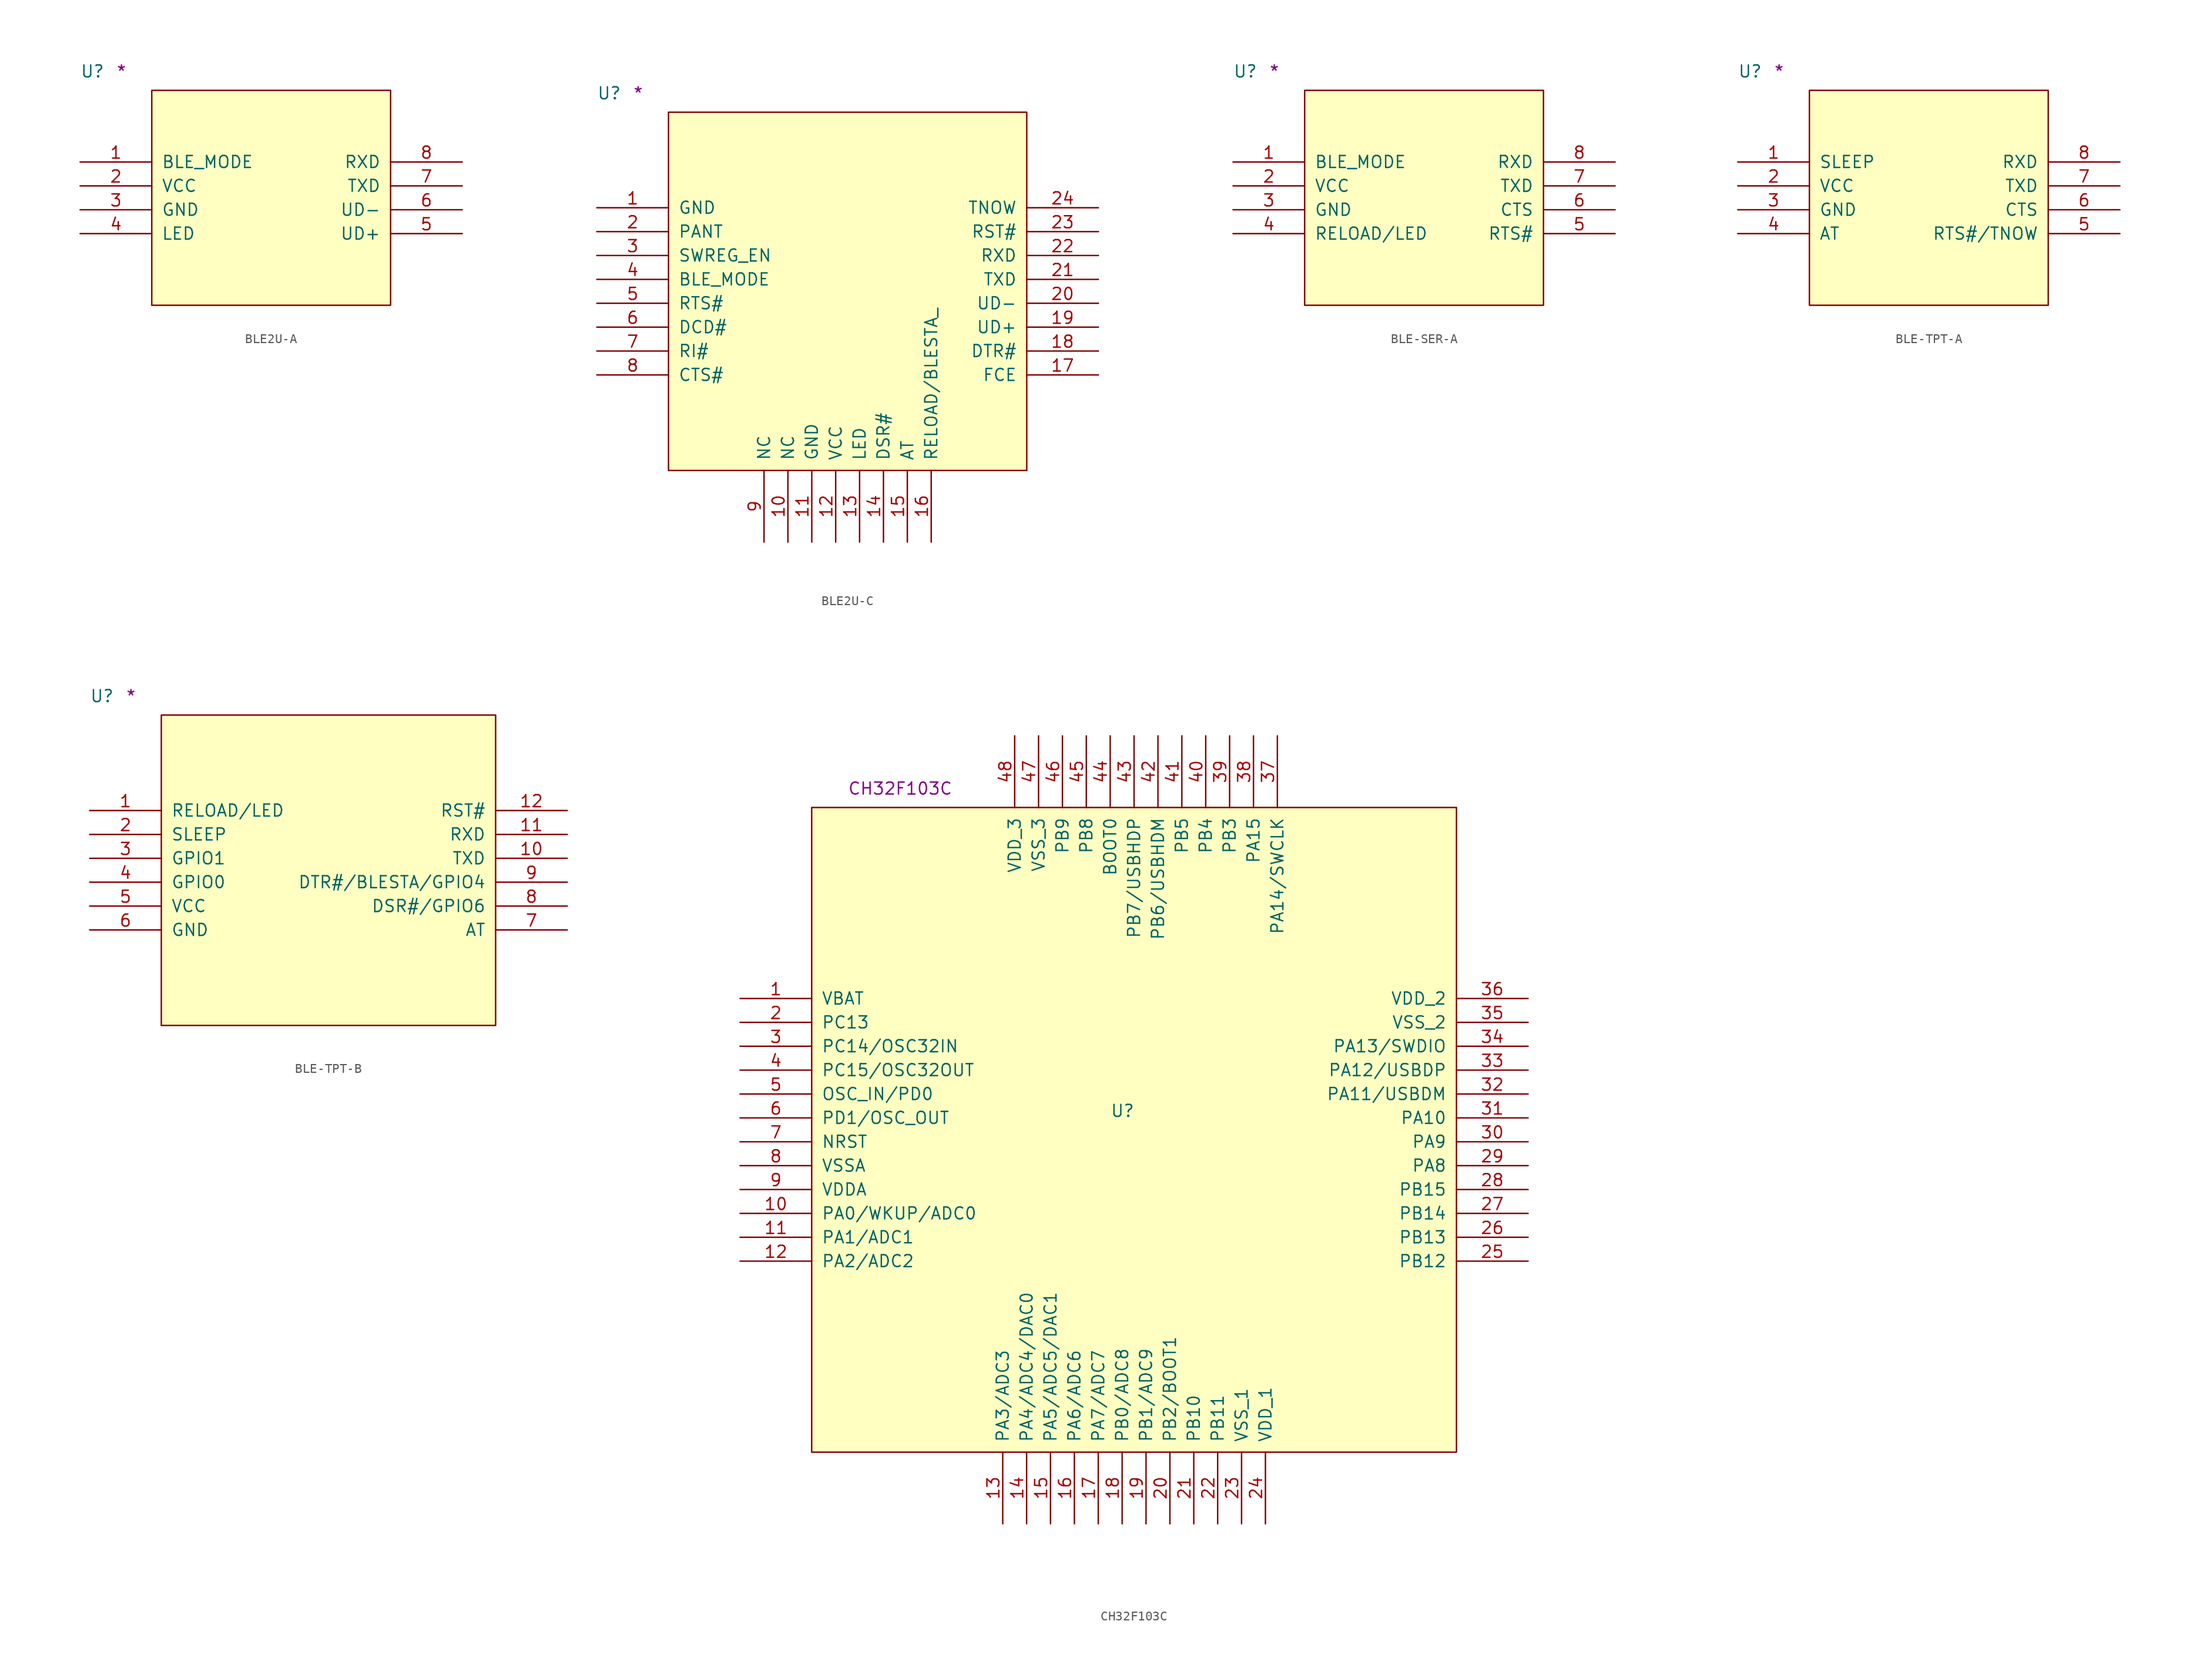
<source format=kicad_sym>
(kicad_symbol_lib
  (version 20211014)
  (generator kicad_symbol_editor)
  (symbol "BLE2U-A"
    (pin_names
      (offset 1.016))
    (property "Reference" "U"
      (at -7.62 1.27 0)
      (effects (font (size 1.27 1.27)) (justify left bottom)))
    (property "Comment" "*"
      (at -3.81 1.27 0)
      (effects (font (size 1.27 1.27)) (justify left bottom)))
    (symbol "BLE2U-A_1_1"
      (rectangle (start 0 -22.86) (end 25.4 0) (stroke (width 0) (type default) (color 0 0 0 0)) (fill (type background)))
      (pin input line (at -7.62 -7.62 0) (length 7.62) (name "BLE_MODE" (effects (font (size 1.27 1.27)))) (number "1" (effects (font (size 1.27 1.27)))))
      (pin power_in line (at -7.62 -10.16 0) (length 7.62) (name "VCC" (effects (font (size 1.27 1.27)))) (number "2" (effects (font (size 1.27 1.27)))))
      (pin power_in line (at -7.62 -12.7 0) (length 7.62) (name "GND" (effects (font (size 1.27 1.27)))) (number "3" (effects (font (size 1.27 1.27)))))
      (pin output line (at -7.62 -15.24 0) (length 7.62) (name "LED" (effects (font (size 1.27 1.27)))) (number "4" (effects (font (size 1.27 1.27)))))
      (pin bidirectional line (at 33.02 -15.24 180) (length 7.62) (name "UD+" (effects (font (size 1.27 1.27)))) (number "5" (effects (font (size 1.27 1.27)))))
      (pin bidirectional line (at 33.02 -12.7 180) (length 7.62) (name "UD-" (effects (font (size 1.27 1.27)))) (number "6" (effects (font (size 1.27 1.27)))))
      (pin output line (at 33.02 -10.16 180) (length 7.62) (name "TXD" (effects (font (size 1.27 1.27)))) (number "7" (effects (font (size 1.27 1.27)))))
      (pin input line (at 33.02 -7.62 180) (length 7.62) (name "RXD" (effects (font (size 1.27 1.27)))) (number "8" (effects (font (size 1.27 1.27)))))))
  (symbol "BLE2U-C"
    (pin_names
      (offset 1.016))
    (property "Reference" "U"
      (at -7.62 1.27 0)
      (effects (font (size 1.27 1.27)) (justify left bottom)))
    (property "Comment" "*"
      (at -3.81 1.27 0)
      (effects (font (size 1.27 1.27)) (justify left bottom)))
    (symbol "BLE2U-C_1_1"
      (rectangle (start 0 -38.1) (end 38.1 0) (stroke (width 0) (type default) (color 0 0 0 0)) (fill (type background)))
      (pin power_in line (at -7.62 -10.16 0) (length 7.62) (name "GND" (effects (font (size 1.27 1.27)))) (number "1" (effects (font (size 1.27 1.27)))))
      (pin passive line (at 12.7 -45.72 90) (length 7.62) (name "NC" (effects (font (size 1.27 1.27)))) (number "10" (effects (font (size 1.27 1.27)))))
      (pin power_in line (at 15.24 -45.72 90) (length 7.62) (name "GND" (effects (font (size 1.27 1.27)))) (number "11" (effects (font (size 1.27 1.27)))))
      (pin power_in line (at 17.78 -45.72 90) (length 7.62) (name "VCC" (effects (font (size 1.27 1.27)))) (number "12" (effects (font (size 1.27 1.27)))))
      (pin output line (at 20.32 -45.72 90) (length 7.62) (name "LED" (effects (font (size 1.27 1.27)))) (number "13" (effects (font (size 1.27 1.27)))))
      (pin input line (at 22.86 -45.72 90) (length 7.62) (name "DSR#" (effects (font (size 1.27 1.27)))) (number "14" (effects (font (size 1.27 1.27)))))
      (pin input line (at 25.4 -45.72 90) (length 7.62) (name "AT" (effects (font (size 1.27 1.27)))) (number "15" (effects (font (size 1.27 1.27)))))
      (pin bidirectional line (at 27.94 -45.72 90) (length 7.62) (name "RELOAD/BLESTA_" (effects (font (size 1.27 1.27)))) (number "16" (effects (font (size 1.27 1.27)))))
      (pin input line (at 45.72 -27.94 180) (length 7.62) (name "FCE" (effects (font (size 1.27 1.27)))) (number "17" (effects (font (size 1.27 1.27)))))
      (pin output line (at 45.72 -25.4 180) (length 7.62) (name "DTR#" (effects (font (size 1.27 1.27)))) (number "18" (effects (font (size 1.27 1.27)))))
      (pin bidirectional line (at 45.72 -22.86 180) (length 7.62) (name "UD+" (effects (font (size 1.27 1.27)))) (number "19" (effects (font (size 1.27 1.27)))))
      (pin passive line (at -7.62 -12.7 0) (length 7.62) (name "PANT" (effects (font (size 1.27 1.27)))) (number "2" (effects (font (size 1.27 1.27)))))
      (pin bidirectional line (at 45.72 -20.32 180) (length 7.62) (name "UD-" (effects (font (size 1.27 1.27)))) (number "20" (effects (font (size 1.27 1.27)))))
      (pin output line (at 45.72 -17.78 180) (length 7.62) (name "TXD" (effects (font (size 1.27 1.27)))) (number "21" (effects (font (size 1.27 1.27)))))
      (pin input line (at 45.72 -15.24 180) (length 7.62) (name "RXD" (effects (font (size 1.27 1.27)))) (number "22" (effects (font (size 1.27 1.27)))))
      (pin input line (at 45.72 -12.7 180) (length 7.62) (name "RST#" (effects (font (size 1.27 1.27)))) (number "23" (effects (font (size 1.27 1.27)))))
      (pin output line (at 45.72 -10.16 180) (length 7.62) (name "TNOW" (effects (font (size 1.27 1.27)))) (number "24" (effects (font (size 1.27 1.27)))))
      (pin input line (at -7.62 -15.24 0) (length 7.62) (name "SWREG_EN" (effects (font (size 1.27 1.27)))) (number "3" (effects (font (size 1.27 1.27)))))
      (pin input line (at -7.62 -17.78 0) (length 7.62) (name "BLE_MODE" (effects (font (size 1.27 1.27)))) (number "4" (effects (font (size 1.27 1.27)))))
      (pin output line (at -7.62 -20.32 0) (length 7.62) (name "RTS#" (effects (font (size 1.27 1.27)))) (number "5" (effects (font (size 1.27 1.27)))))
      (pin input line (at -7.62 -22.86 0) (length 7.62) (name "DCD#" (effects (font (size 1.27 1.27)))) (number "6" (effects (font (size 1.27 1.27)))))
      (pin input line (at -7.62 -25.4 0) (length 7.62) (name "RI#" (effects (font (size 1.27 1.27)))) (number "7" (effects (font (size 1.27 1.27)))))
      (pin input line (at -7.62 -27.94 0) (length 7.62) (name "CTS#" (effects (font (size 1.27 1.27)))) (number "8" (effects (font (size 1.27 1.27)))))
      (pin passive line (at 10.16 -45.72 90) (length 7.62) (name "NC" (effects (font (size 1.27 1.27)))) (number "9" (effects (font (size 1.27 1.27)))))))
  (symbol "BLE-SER-A"
    (pin_names
      (offset 1.016))
    (property "Reference" "U"
      (at -7.62 1.27 0)
      (effects (font (size 1.27 1.27)) (justify left bottom)))
    (property "Comment" "*"
      (at -3.81 1.27 0)
      (effects (font (size 1.27 1.27)) (justify left bottom)))
    (symbol "BLE-SER-A_1_1"
      (rectangle (start 0 -22.86) (end 25.4 0) (stroke (width 0) (type default) (color 0 0 0 0)) (fill (type background)))
      (pin input line (at -7.62 -7.62 0) (length 7.62) (name "BLE_MODE" (effects (font (size 1.27 1.27)))) (number "1" (effects (font (size 1.27 1.27)))))
      (pin power_in line (at -7.62 -10.16 0) (length 7.62) (name "VCC" (effects (font (size 1.27 1.27)))) (number "2" (effects (font (size 1.27 1.27)))))
      (pin power_in line (at -7.62 -12.7 0) (length 7.62) (name "GND" (effects (font (size 1.27 1.27)))) (number "3" (effects (font (size 1.27 1.27)))))
      (pin bidirectional line (at -7.62 -15.24 0) (length 7.62) (name "RELOAD/LED" (effects (font (size 1.27 1.27)))) (number "4" (effects (font (size 1.27 1.27)))))
      (pin output line (at 33.02 -15.24 180) (length 7.62) (name "RTS#" (effects (font (size 1.27 1.27)))) (number "5" (effects (font (size 1.27 1.27)))))
      (pin input line (at 33.02 -12.7 180) (length 7.62) (name "CTS" (effects (font (size 1.27 1.27)))) (number "6" (effects (font (size 1.27 1.27)))))
      (pin output line (at 33.02 -10.16 180) (length 7.62) (name "TXD" (effects (font (size 1.27 1.27)))) (number "7" (effects (font (size 1.27 1.27)))))
      (pin input line (at 33.02 -7.62 180) (length 7.62) (name "RXD" (effects (font (size 1.27 1.27)))) (number "8" (effects (font (size 1.27 1.27)))))))
  (symbol "BLE-TPT-A"
    (pin_names
      (offset 1.016))
    (property "Reference" "U"
      (at -7.62 1.27 0)
      (effects (font (size 1.27 1.27)) (justify left bottom)))
    (property "Comment" "*"
      (at -3.81 1.27 0)
      (effects (font (size 1.27 1.27)) (justify left bottom)))
    (symbol "BLE-TPT-A_1_1"
      (rectangle (start 0 -22.86) (end 25.4 0) (stroke (width 0) (type default) (color 0 0 0 0)) (fill (type background)))
      (pin input line (at -7.62 -7.62 0) (length 7.62) (name "SLEEP" (effects (font (size 1.27 1.27)))) (number "1" (effects (font (size 1.27 1.27)))))
      (pin power_in line (at -7.62 -10.16 0) (length 7.62) (name "VCC" (effects (font (size 1.27 1.27)))) (number "2" (effects (font (size 1.27 1.27)))))
      (pin power_in line (at -7.62 -12.7 0) (length 7.62) (name "GND" (effects (font (size 1.27 1.27)))) (number "3" (effects (font (size 1.27 1.27)))))
      (pin input line (at -7.62 -15.24 0) (length 7.62) (name "AT" (effects (font (size 1.27 1.27)))) (number "4" (effects (font (size 1.27 1.27)))))
      (pin bidirectional line (at 33.02 -15.24 180) (length 7.62) (name "RTS#/TNOW" (effects (font (size 1.27 1.27)))) (number "5" (effects (font (size 1.27 1.27)))))
      (pin input line (at 33.02 -12.7 180) (length 7.62) (name "CTS" (effects (font (size 1.27 1.27)))) (number "6" (effects (font (size 1.27 1.27)))))
      (pin output line (at 33.02 -10.16 180) (length 7.62) (name "TXD" (effects (font (size 1.27 1.27)))) (number "7" (effects (font (size 1.27 1.27)))))
      (pin input line (at 33.02 -7.62 180) (length 7.62) (name "RXD" (effects (font (size 1.27 1.27)))) (number "8" (effects (font (size 1.27 1.27)))))))
  (symbol "BLE-TPT-B"
    (pin_names
      (offset 1.016))
    (property "Reference" "U"
      (at -7.62 1.27 0)
      (effects (font (size 1.27 1.27)) (justify left bottom)))
    (property "Comment" "*"
      (at -3.81 1.27 0)
      (effects (font (size 1.27 1.27)) (justify left bottom)))
    (symbol "BLE-TPT-B_1_1"
      (rectangle (start 0 -33.02) (end 35.56 0) (stroke (width 0) (type default) (color 0 0 0 0)) (fill (type background)))
      (pin bidirectional line (at -7.62 -10.16 0) (length 7.62) (name "RELOAD/LED" (effects (font (size 1.27 1.27)))) (number "1" (effects (font (size 1.27 1.27)))))
      (pin output line (at 43.18 -15.24 180) (length 7.62) (name "TXD" (effects (font (size 1.27 1.27)))) (number "10" (effects (font (size 1.27 1.27)))))
      (pin input line (at 43.18 -12.7 180) (length 7.62) (name "RXD" (effects (font (size 1.27 1.27)))) (number "11" (effects (font (size 1.27 1.27)))))
      (pin input line (at 43.18 -10.16 180) (length 7.62) (name "RST#" (effects (font (size 1.27 1.27)))) (number "12" (effects (font (size 1.27 1.27)))))
      (pin input line (at -7.62 -12.7 0) (length 7.62) (name "SLEEP" (effects (font (size 1.27 1.27)))) (number "2" (effects (font (size 1.27 1.27)))))
      (pin input line (at -7.62 -15.24 0) (length 7.62) (name "GPIO1" (effects (font (size 1.27 1.27)))) (number "3" (effects (font (size 1.27 1.27)))))
      (pin output line (at -7.62 -17.78 0) (length 7.62) (name "GPIO0" (effects (font (size 1.27 1.27)))) (number "4" (effects (font (size 1.27 1.27)))))
      (pin power_in line (at -7.62 -20.32 0) (length 7.62) (name "VCC" (effects (font (size 1.27 1.27)))) (number "5" (effects (font (size 1.27 1.27)))))
      (pin power_in line (at -7.62 -22.86 0) (length 7.62) (name "GND" (effects (font (size 1.27 1.27)))) (number "6" (effects (font (size 1.27 1.27)))))
      (pin input line (at 43.18 -22.86 180) (length 7.62) (name "AT" (effects (font (size 1.27 1.27)))) (number "7" (effects (font (size 1.27 1.27)))))
      (pin bidirectional line (at 43.18 -20.32 180) (length 7.62) (name "DSR#/GPIO6" (effects (font (size 1.27 1.27)))) (number "8" (effects (font (size 1.27 1.27)))))
      (pin bidirectional line (at 43.18 -17.78 180) (length 7.62) (name "DTR#/BLESTA/GPIO4" (effects (font (size 1.27 1.27)))) (number "9" (effects (font (size 1.27 1.27)))))))
  (symbol "CH32F103C"
    (pin_names
      (offset 1.016))
    (property "Reference" "U"
      (at 31.75 -33.02 0)
      (effects (font (size 1.27 1.27)) (justify left bottom)))
    (property "Comment" "CH32F103C"
      (at 3.81 1.27 0)
      (effects (font (size 1.27 1.27)) (justify left bottom)))
    (symbol "CH32F103C_1_1"
      (rectangle (start 0 -68.58) (end 68.58 0) (stroke (width 0) (type default) (color 0 0 0 0)) (fill (type background)))
      (pin power_in line (at -7.62 -20.32 0) (length 7.62) (name "VBAT" (effects (font (size 1.27 1.27)))) (number "1" (effects (font (size 1.27 1.27)))))
      (pin bidirectional line (at -7.62 -43.18 0) (length 7.62) (name "PA0/WKUP/ADC0" (effects (font (size 1.27 1.27)))) (number "10" (effects (font (size 1.27 1.27)))))
      (pin bidirectional line (at -7.62 -45.72 0) (length 7.62) (name "PA1/ADC1" (effects (font (size 1.27 1.27)))) (number "11" (effects (font (size 1.27 1.27)))))
      (pin bidirectional line (at -7.62 -48.26 0) (length 7.62) (name "PA2/ADC2" (effects (font (size 1.27 1.27)))) (number "12" (effects (font (size 1.27 1.27)))))
      (pin bidirectional line (at 20.32 -76.2 90) (length 7.62) (name "PA3/ADC3" (effects (font (size 1.27 1.27)))) (number "13" (effects (font (size 1.27 1.27)))))
      (pin bidirectional line (at 22.86 -76.2 90) (length 7.62) (name "PA4/ADC4/DAC0" (effects (font (size 1.27 1.27)))) (number "14" (effects (font (size 1.27 1.27)))))
      (pin bidirectional line (at 25.4 -76.2 90) (length 7.62) (name "PA5/ADC5/DAC1" (effects (font (size 1.27 1.27)))) (number "15" (effects (font (size 1.27 1.27)))))
      (pin bidirectional line (at 27.94 -76.2 90) (length 7.62) (name "PA6/ADC6" (effects (font (size 1.27 1.27)))) (number "16" (effects (font (size 1.27 1.27)))))
      (pin bidirectional line (at 30.48 -76.2 90) (length 7.62) (name "PA7/ADC7" (effects (font (size 1.27 1.27)))) (number "17" (effects (font (size 1.27 1.27)))))
      (pin bidirectional line (at 33.02 -76.2 90) (length 7.62) (name "PB0/ADC8" (effects (font (size 1.27 1.27)))) (number "18" (effects (font (size 1.27 1.27)))))
      (pin bidirectional line (at 35.56 -76.2 90) (length 7.62) (name "PB1/ADC9" (effects (font (size 1.27 1.27)))) (number "19" (effects (font (size 1.27 1.27)))))
      (pin passive line (at -7.62 -22.86 0) (length 7.62) (name "PC13" (effects (font (size 1.27 1.27)))) (number "2" (effects (font (size 1.27 1.27)))))
      (pin bidirectional line (at 38.1 -76.2 90) (length 7.62) (name "PB2/BOOT1" (effects (font (size 1.27 1.27)))) (number "20" (effects (font (size 1.27 1.27)))))
      (pin bidirectional line (at 40.64 -76.2 90) (length 7.62) (name "PB10" (effects (font (size 1.27 1.27)))) (number "21" (effects (font (size 1.27 1.27)))))
      (pin bidirectional line (at 43.18 -76.2 90) (length 7.62) (name "PB11" (effects (font (size 1.27 1.27)))) (number "22" (effects (font (size 1.27 1.27)))))
      (pin power_in line (at 45.72 -76.2 90) (length 7.62) (name "VSS_1" (effects (font (size 1.27 1.27)))) (number "23" (effects (font (size 1.27 1.27)))))
      (pin power_in line (at 48.26 -76.2 90) (length 7.62) (name "VDD_1" (effects (font (size 1.27 1.27)))) (number "24" (effects (font (size 1.27 1.27)))))
      (pin bidirectional line (at 76.2 -48.26 180) (length 7.62) (name "PB12" (effects (font (size 1.27 1.27)))) (number "25" (effects (font (size 1.27 1.27)))))
      (pin bidirectional line (at 76.2 -45.72 180) (length 7.62) (name "PB13" (effects (font (size 1.27 1.27)))) (number "26" (effects (font (size 1.27 1.27)))))
      (pin bidirectional line (at 76.2 -43.18 180) (length 7.62) (name "PB14" (effects (font (size 1.27 1.27)))) (number "27" (effects (font (size 1.27 1.27)))))
      (pin bidirectional line (at 76.2 -40.64 180) (length 7.62) (name "PB15" (effects (font (size 1.27 1.27)))) (number "28" (effects (font (size 1.27 1.27)))))
      (pin bidirectional line (at 76.2 -38.1 180) (length 7.62) (name "PA8" (effects (font (size 1.27 1.27)))) (number "29" (effects (font (size 1.27 1.27)))))
      (pin passive line (at -7.62 -25.4 0) (length 7.62) (name "PC14/OSC32IN" (effects (font (size 1.27 1.27)))) (number "3" (effects (font (size 1.27 1.27)))))
      (pin bidirectional line (at 76.2 -35.56 180) (length 7.62) (name "PA9" (effects (font (size 1.27 1.27)))) (number "30" (effects (font (size 1.27 1.27)))))
      (pin bidirectional line (at 76.2 -33.02 180) (length 7.62) (name "PA10" (effects (font (size 1.27 1.27)))) (number "31" (effects (font (size 1.27 1.27)))))
      (pin bidirectional line (at 76.2 -30.48 180) (length 7.62) (name "PA11/USBDM" (effects (font (size 1.27 1.27)))) (number "32" (effects (font (size 1.27 1.27)))))
      (pin bidirectional line (at 76.2 -27.94 180) (length 7.62) (name "PA12/USBDP" (effects (font (size 1.27 1.27)))) (number "33" (effects (font (size 1.27 1.27)))))
      (pin bidirectional line (at 76.2 -25.4 180) (length 7.62) (name "PA13/SWDIO" (effects (font (size 1.27 1.27)))) (number "34" (effects (font (size 1.27 1.27)))))
      (pin power_in line (at 76.2 -22.86 180) (length 7.62) (name "VSS_2" (effects (font (size 1.27 1.27)))) (number "35" (effects (font (size 1.27 1.27)))))
      (pin power_in line (at 76.2 -20.32 180) (length 7.62) (name "VDD_2" (effects (font (size 1.27 1.27)))) (number "36" (effects (font (size 1.27 1.27)))))
      (pin bidirectional line (at 49.53 7.62 270) (length 7.62) (name "PA14/SWCLK" (effects (font (size 1.27 1.27)))) (number "37" (effects (font (size 1.27 1.27)))))
      (pin bidirectional line (at 46.99 7.62 270) (length 7.62) (name "PA15" (effects (font (size 1.27 1.27)))) (number "38" (effects (font (size 1.27 1.27)))))
      (pin bidirectional line (at 44.45 7.62 270) (length 7.62) (name "PB3" (effects (font (size 1.27 1.27)))) (number "39" (effects (font (size 1.27 1.27)))))
      (pin bidirectional line (at -7.62 -27.94 0) (length 7.62) (name "PC15/OSC32OUT" (effects (font (size 1.27 1.27)))) (number "4" (effects (font (size 1.27 1.27)))))
      (pin bidirectional line (at 41.91 7.62 270) (length 7.62) (name "PB4" (effects (font (size 1.27 1.27)))) (number "40" (effects (font (size 1.27 1.27)))))
      (pin bidirectional line (at 39.37 7.62 270) (length 7.62) (name "PB5" (effects (font (size 1.27 1.27)))) (number "41" (effects (font (size 1.27 1.27)))))
      (pin bidirectional line (at 36.83 7.62 270) (length 7.62) (name "PB6/USBHDM" (effects (font (size 1.27 1.27)))) (number "42" (effects (font (size 1.27 1.27)))))
      (pin bidirectional line (at 34.29 7.62 270) (length 7.62) (name "PB7/USBHDP" (effects (font (size 1.27 1.27)))) (number "43" (effects (font (size 1.27 1.27)))))
      (pin input line (at 31.75 7.62 270) (length 7.62) (name "BOOT0" (effects (font (size 1.27 1.27)))) (number "44" (effects (font (size 1.27 1.27)))))
      (pin bidirectional line (at 29.21 7.62 270) (length 7.62) (name "PB8" (effects (font (size 1.27 1.27)))) (number "45" (effects (font (size 1.27 1.27)))))
      (pin bidirectional line (at 26.67 7.62 270) (length 7.62) (name "PB9" (effects (font (size 1.27 1.27)))) (number "46" (effects (font (size 1.27 1.27)))))
      (pin power_in line (at 24.13 7.62 270) (length 7.62) (name "VSS_3" (effects (font (size 1.27 1.27)))) (number "47" (effects (font (size 1.27 1.27)))))
      (pin power_in line (at 21.59 7.62 270) (length 7.62) (name "VDD_3" (effects (font (size 1.27 1.27)))) (number "48" (effects (font (size 1.27 1.27)))))
      (pin input line (at -7.62 -30.48 0) (length 7.62) (name "OSC_IN/PD0" (effects (font (size 1.27 1.27)))) (number "5" (effects (font (size 1.27 1.27)))))
      (pin passive line (at -7.62 -33.02 0) (length 7.62) (name "PD1/OSC_OUT" (effects (font (size 1.27 1.27)))) (number "6" (effects (font (size 1.27 1.27)))))
      (pin passive line (at -7.62 -35.56 0) (length 7.62) (name "NRST" (effects (font (size 1.27 1.27)))) (number "7" (effects (font (size 1.27 1.27)))))
      (pin power_in line (at -7.62 -38.1 0) (length 7.62) (name "VSSA" (effects (font (size 1.27 1.27)))) (number "8" (effects (font (size 1.27 1.27)))))
      (pin power_in line (at -7.62 -40.64 0) (length 7.62) (name "VDDA" (effects (font (size 1.27 1.27)))) (number "9" (effects (font (size 1.27 1.27))))))))
</source>
